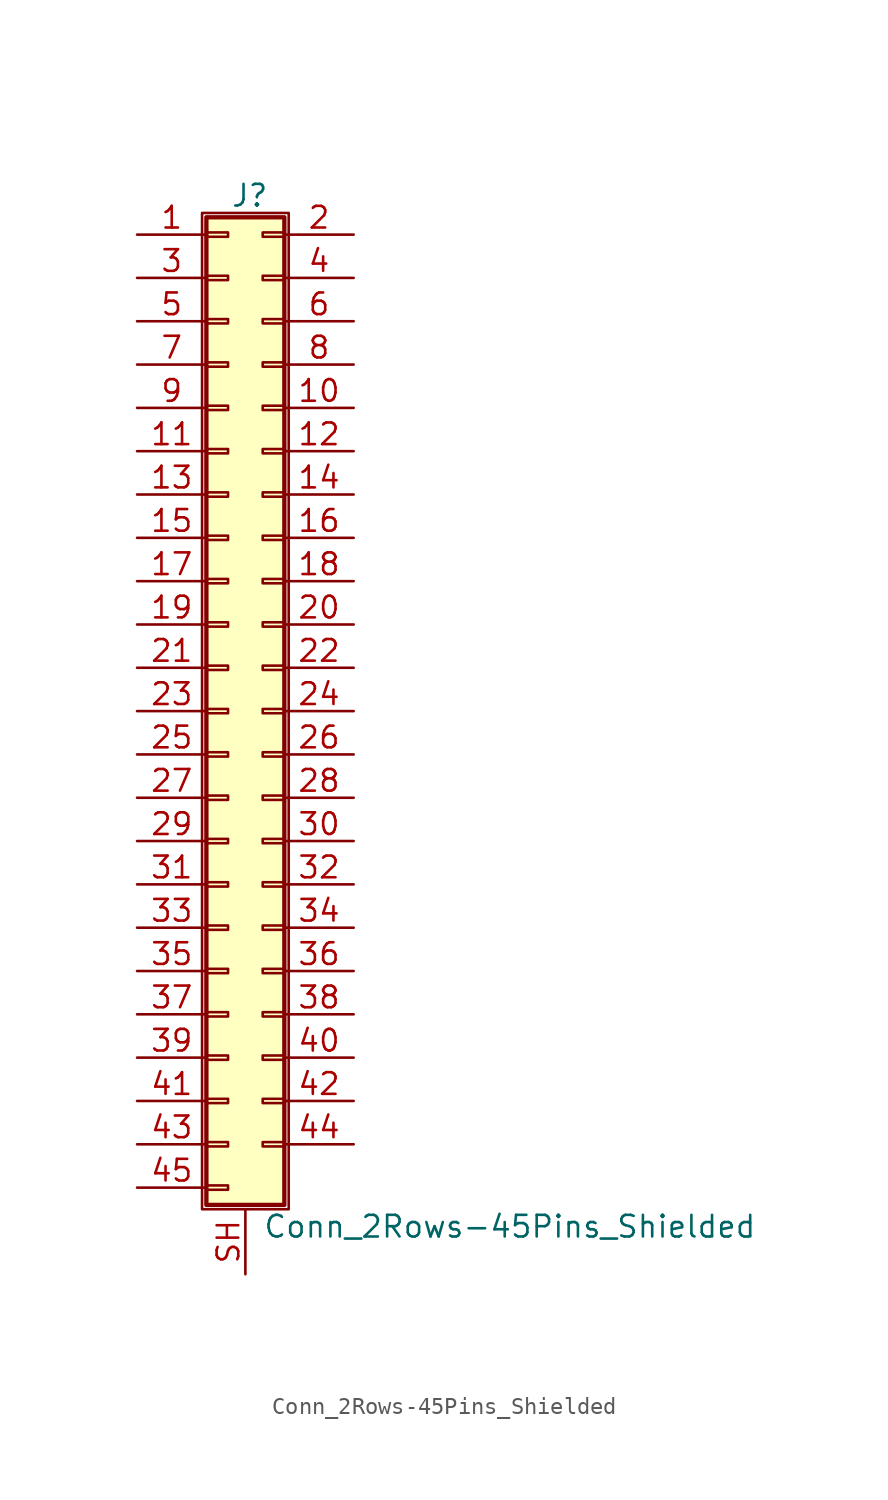
<source format=kicad_sym>
(kicad_symbol_lib
  (version 20201005)
  (generator kicad_symbol_editor)
  (symbol "Conn_2Rows-45Pins_Shielded"
    (pin_names
      (offset 1.016) hide)
    (property "Reference" "J"
      (at 1.524 30.226 0)
      (effects (font (size 1.27 1.27))))
    (property "Value" "Conn_2Rows-45Pins_Shielded"
      (at 2.286 -30.226 0)
      (effects (font (size 1.27 1.27)) (justify left)))
    (symbol "Conn_2Rows-45Pins_Shielded_1_1"
      (rectangle (start -1.27 29.21) (end 3.81 -29.21) (stroke (width 0.152)) (fill (type none)))
      (rectangle (start -1.016 -27.813) (end 0.254 -28.067) (stroke (width 0.152)) (fill (type none)))
      (rectangle (start -1.016 -25.273) (end 0.254 -25.527) (stroke (width 0.152)) (fill (type none)))
      (rectangle (start -1.016 -22.733) (end 0.254 -22.987) (stroke (width 0.152)) (fill (type none)))
      (rectangle (start -1.016 -20.193) (end 0.254 -20.447) (stroke (width 0.152)) (fill (type none)))
      (rectangle (start -1.016 -17.653) (end 0.254 -17.907) (stroke (width 0.152)) (fill (type none)))
      (rectangle (start -1.016 -15.113) (end 0.254 -15.367) (stroke (width 0.152)) (fill (type none)))
      (rectangle (start -1.016 -12.573) (end 0.254 -12.827) (stroke (width 0.152)) (fill (type none)))
      (rectangle (start -1.016 -10.033) (end 0.254 -10.287) (stroke (width 0.152)) (fill (type none)))
      (rectangle (start -1.016 -7.493) (end 0.254 -7.747) (stroke (width 0.152)) (fill (type none)))
      (rectangle (start -1.016 -4.953) (end 0.254 -5.207) (stroke (width 0.152)) (fill (type none)))
      (rectangle (start -1.016 -2.413) (end 0.254 -2.667) (stroke (width 0.152)) (fill (type none)))
      (rectangle (start -1.016 0.127) (end 0.254 -0.127) (stroke (width 0.152)) (fill (type none)))
      (rectangle (start -1.016 2.667) (end 0.254 2.413) (stroke (width 0.152)) (fill (type none)))
      (rectangle (start -1.016 5.207) (end 0.254 4.953) (stroke (width 0.152)) (fill (type none)))
      (rectangle (start -1.016 7.747) (end 0.254 7.493) (stroke (width 0.152)) (fill (type none)))
      (rectangle (start -1.016 10.287) (end 0.254 10.033) (stroke (width 0.152)) (fill (type none)))
      (rectangle (start -1.016 12.827) (end 0.254 12.573) (stroke (width 0.152)) (fill (type none)))
      (rectangle (start -1.016 15.367) (end 0.254 15.113) (stroke (width 0.152)) (fill (type none)))
      (rectangle (start -1.016 17.907) (end 0.254 17.653) (stroke (width 0.152)) (fill (type none)))
      (rectangle (start -1.016 20.447) (end 0.254 20.193) (stroke (width 0.152)) (fill (type none)))
      (rectangle (start -1.016 22.987) (end 0.254 22.733) (stroke (width 0.152)) (fill (type none)))
      (rectangle (start -1.016 25.527) (end 0.254 25.273) (stroke (width 0.152)) (fill (type none)))
      (rectangle (start -1.016 28.067) (end 0.254 27.813) (stroke (width 0.152)) (fill (type none)))
      (rectangle (start 3.556 -25.273) (end 2.286 -25.527) (stroke (width 0.152)) (fill (type none)))
      (rectangle (start 3.556 -22.733) (end 2.286 -22.987) (stroke (width 0.152)) (fill (type none)))
      (rectangle (start 3.556 -20.193) (end 2.286 -20.447) (stroke (width 0.152)) (fill (type none)))
      (rectangle (start 3.556 -17.653) (end 2.286 -17.907) (stroke (width 0.152)) (fill (type none)))
      (rectangle (start 3.556 -15.113) (end 2.286 -15.367) (stroke (width 0.152)) (fill (type none)))
      (rectangle (start 3.556 -12.573) (end 2.286 -12.827) (stroke (width 0.152)) (fill (type none)))
      (rectangle (start 3.556 -10.033) (end 2.286 -10.287) (stroke (width 0.152)) (fill (type none)))
      (rectangle (start 3.556 -7.493) (end 2.286 -7.747) (stroke (width 0.152)) (fill (type none)))
      (rectangle (start 3.556 -4.953) (end 2.286 -5.207) (stroke (width 0.152)) (fill (type none)))
      (rectangle (start 3.556 -2.413) (end 2.286 -2.667) (stroke (width 0.152)) (fill (type none)))
      (rectangle (start 3.556 0.127) (end 2.286 -0.127) (stroke (width 0.152)) (fill (type none)))
      (rectangle (start 3.556 2.667) (end 2.286 2.413) (stroke (width 0.152)) (fill (type none)))
      (rectangle (start 3.556 5.207) (end 2.286 4.953) (stroke (width 0.152)) (fill (type none)))
      (rectangle (start 3.556 7.747) (end 2.286 7.493) (stroke (width 0.152)) (fill (type none)))
      (rectangle (start 3.556 10.287) (end 2.286 10.033) (stroke (width 0.152)) (fill (type none)))
      (rectangle (start 3.556 12.827) (end 2.286 12.573) (stroke (width 0.152)) (fill (type none)))
      (rectangle (start 3.556 15.367) (end 2.286 15.113) (stroke (width 0.152)) (fill (type none)))
      (rectangle (start 3.556 17.907) (end 2.286 17.653) (stroke (width 0.152)) (fill (type none)))
      (rectangle (start 3.556 20.447) (end 2.286 20.193) (stroke (width 0.152)) (fill (type none)))
      (rectangle (start 3.556 22.987) (end 2.286 22.733) (stroke (width 0.152)) (fill (type none)))
      (rectangle (start 3.556 25.527) (end 2.286 25.273) (stroke (width 0.152)) (fill (type none)))
      (rectangle (start 3.556 28.067) (end 2.286 27.813) (stroke (width 0.152)) (fill (type none)))
      (rectangle (start -1.016 28.956) (end 3.556 -28.956) (stroke (width 0.254)) (fill (type background)))
      (pin passive line (at -5.08 27.94 0) (length 4.064) (name "Pin_1" (effects (font (size 1.27 1.27)))) (number "1" (effects (font (size 1.27 1.27)))))
      (pin passive line (at 7.62 17.78 180) (length 4.064) (name "Pin_10" (effects (font (size 1.27 1.27)))) (number "10" (effects (font (size 1.27 1.27)))))
      (pin passive line (at -5.08 15.24 0) (length 4.064) (name "Pin_11" (effects (font (size 1.27 1.27)))) (number "11" (effects (font (size 1.27 1.27)))))
      (pin passive line (at 7.62 15.24 180) (length 4.064) (name "Pin_12" (effects (font (size 1.27 1.27)))) (number "12" (effects (font (size 1.27 1.27)))))
      (pin passive line (at -5.08 12.7 0) (length 4.064) (name "Pin_13" (effects (font (size 1.27 1.27)))) (number "13" (effects (font (size 1.27 1.27)))))
      (pin passive line (at 7.62 12.7 180) (length 4.064) (name "Pin_14" (effects (font (size 1.27 1.27)))) (number "14" (effects (font (size 1.27 1.27)))))
      (pin passive line (at -5.08 10.16 0) (length 4.064) (name "Pin_15" (effects (font (size 1.27 1.27)))) (number "15" (effects (font (size 1.27 1.27)))))
      (pin passive line (at 7.62 10.16 180) (length 4.064) (name "Pin_16" (effects (font (size 1.27 1.27)))) (number "16" (effects (font (size 1.27 1.27)))))
      (pin passive line (at -5.08 7.62 0) (length 4.064) (name "Pin_17" (effects (font (size 1.27 1.27)))) (number "17" (effects (font (size 1.27 1.27)))))
      (pin passive line (at 7.62 7.62 180) (length 4.064) (name "Pin_18" (effects (font (size 1.27 1.27)))) (number "18" (effects (font (size 1.27 1.27)))))
      (pin passive line (at -5.08 5.08 0) (length 4.064) (name "Pin_19" (effects (font (size 1.27 1.27)))) (number "19" (effects (font (size 1.27 1.27)))))
      (pin passive line (at 7.62 27.94 180) (length 4.064) (name "Pin_2" (effects (font (size 1.27 1.27)))) (number "2" (effects (font (size 1.27 1.27)))))
      (pin passive line (at 7.62 5.08 180) (length 4.064) (name "Pin_20" (effects (font (size 1.27 1.27)))) (number "20" (effects (font (size 1.27 1.27)))))
      (pin passive line (at -5.08 2.54 0) (length 4.064) (name "Pin_21" (effects (font (size 1.27 1.27)))) (number "21" (effects (font (size 1.27 1.27)))))
      (pin passive line (at 7.62 2.54 180) (length 4.064) (name "Pin_22" (effects (font (size 1.27 1.27)))) (number "22" (effects (font (size 1.27 1.27)))))
      (pin passive line (at -5.08 0 0) (length 4.064) (name "Pin_23" (effects (font (size 1.27 1.27)))) (number "23" (effects (font (size 1.27 1.27)))))
      (pin passive line (at 7.62 0 180) (length 4.064) (name "Pin_24" (effects (font (size 1.27 1.27)))) (number "24" (effects (font (size 1.27 1.27)))))
      (pin passive line (at -5.08 -2.54 0) (length 4.064) (name "Pin_25" (effects (font (size 1.27 1.27)))) (number "25" (effects (font (size 1.27 1.27)))))
      (pin passive line (at 7.62 -2.54 180) (length 4.064) (name "Pin_26" (effects (font (size 1.27 1.27)))) (number "26" (effects (font (size 1.27 1.27)))))
      (pin passive line (at -5.08 -5.08 0) (length 4.064) (name "Pin_27" (effects (font (size 1.27 1.27)))) (number "27" (effects (font (size 1.27 1.27)))))
      (pin passive line (at 7.62 -5.08 180) (length 4.064) (name "Pin_28" (effects (font (size 1.27 1.27)))) (number "28" (effects (font (size 1.27 1.27)))))
      (pin passive line (at -5.08 -7.62 0) (length 4.064) (name "Pin_29" (effects (font (size 1.27 1.27)))) (number "29" (effects (font (size 1.27 1.27)))))
      (pin passive line (at -5.08 25.4 0) (length 4.064) (name "Pin_3" (effects (font (size 1.27 1.27)))) (number "3" (effects (font (size 1.27 1.27)))))
      (pin passive line (at 7.62 -7.62 180) (length 4.064) (name "Pin_30" (effects (font (size 1.27 1.27)))) (number "30" (effects (font (size 1.27 1.27)))))
      (pin passive line (at -5.08 -10.16 0) (length 4.064) (name "Pin_31" (effects (font (size 1.27 1.27)))) (number "31" (effects (font (size 1.27 1.27)))))
      (pin passive line (at 7.62 -10.16 180) (length 4.064) (name "Pin_32" (effects (font (size 1.27 1.27)))) (number "32" (effects (font (size 1.27 1.27)))))
      (pin passive line (at -5.08 -12.7 0) (length 4.064) (name "Pin_33" (effects (font (size 1.27 1.27)))) (number "33" (effects (font (size 1.27 1.27)))))
      (pin passive line (at 7.62 -12.7 180) (length 4.064) (name "Pin_34" (effects (font (size 1.27 1.27)))) (number "34" (effects (font (size 1.27 1.27)))))
      (pin passive line (at -5.08 -15.24 0) (length 4.064) (name "Pin_35" (effects (font (size 1.27 1.27)))) (number "35" (effects (font (size 1.27 1.27)))))
      (pin passive line (at 7.62 -15.24 180) (length 4.064) (name "Pin_36" (effects (font (size 1.27 1.27)))) (number "36" (effects (font (size 1.27 1.27)))))
      (pin passive line (at -5.08 -17.78 0) (length 4.064) (name "Pin_37" (effects (font (size 1.27 1.27)))) (number "37" (effects (font (size 1.27 1.27)))))
      (pin passive line (at 7.62 -17.78 180) (length 4.064) (name "Pin_38" (effects (font (size 1.27 1.27)))) (number "38" (effects (font (size 1.27 1.27)))))
      (pin passive line (at -5.08 -20.32 0) (length 4.064) (name "Pin_39" (effects (font (size 1.27 1.27)))) (number "39" (effects (font (size 1.27 1.27)))))
      (pin passive line (at 7.62 25.4 180) (length 4.064) (name "Pin_4" (effects (font (size 1.27 1.27)))) (number "4" (effects (font (size 1.27 1.27)))))
      (pin passive line (at 7.62 -20.32 180) (length 4.064) (name "Pin_40" (effects (font (size 1.27 1.27)))) (number "40" (effects (font (size 1.27 1.27)))))
      (pin passive line (at -5.08 -22.86 0) (length 4.064) (name "Pin_41" (effects (font (size 1.27 1.27)))) (number "41" (effects (font (size 1.27 1.27)))))
      (pin passive line (at 7.62 -22.86 180) (length 4.064) (name "Pin_42" (effects (font (size 1.27 1.27)))) (number "42" (effects (font (size 1.27 1.27)))))
      (pin passive line (at -5.08 -25.4 0) (length 4.064) (name "Pin_43" (effects (font (size 1.27 1.27)))) (number "43" (effects (font (size 1.27 1.27)))))
      (pin passive line (at 7.62 -25.4 180) (length 4.064) (name "Pin_44" (effects (font (size 1.27 1.27)))) (number "44" (effects (font (size 1.27 1.27)))))
      (pin passive line (at -5.08 -27.94 0) (length 4.064) (name "Pin_45" (effects (font (size 1.27 1.27)))) (number "45" (effects (font (size 1.27 1.27)))))
      (pin passive line (at -5.08 22.86 0) (length 4.064) (name "Pin_5" (effects (font (size 1.27 1.27)))) (number "5" (effects (font (size 1.27 1.27)))))
      (pin passive line (at 7.62 22.86 180) (length 4.064) (name "Pin_6" (effects (font (size 1.27 1.27)))) (number "6" (effects (font (size 1.27 1.27)))))
      (pin passive line (at -5.08 20.32 0) (length 4.064) (name "Pin_7" (effects (font (size 1.27 1.27)))) (number "7" (effects (font (size 1.27 1.27)))))
      (pin passive line (at 7.62 20.32 180) (length 4.064) (name "Pin_8" (effects (font (size 1.27 1.27)))) (number "8" (effects (font (size 1.27 1.27)))))
      (pin passive line (at -5.08 17.78 0) (length 4.064) (name "Pin_9" (effects (font (size 1.27 1.27)))) (number "9" (effects (font (size 1.27 1.27)))))
      (pin passive line (at 1.27 -33.02 90) (length 3.81) (name "Shield" (effects (font (size 1.27 1.27)))) (number "SH" (effects (font (size 1.27 1.27))))))))
</source>
